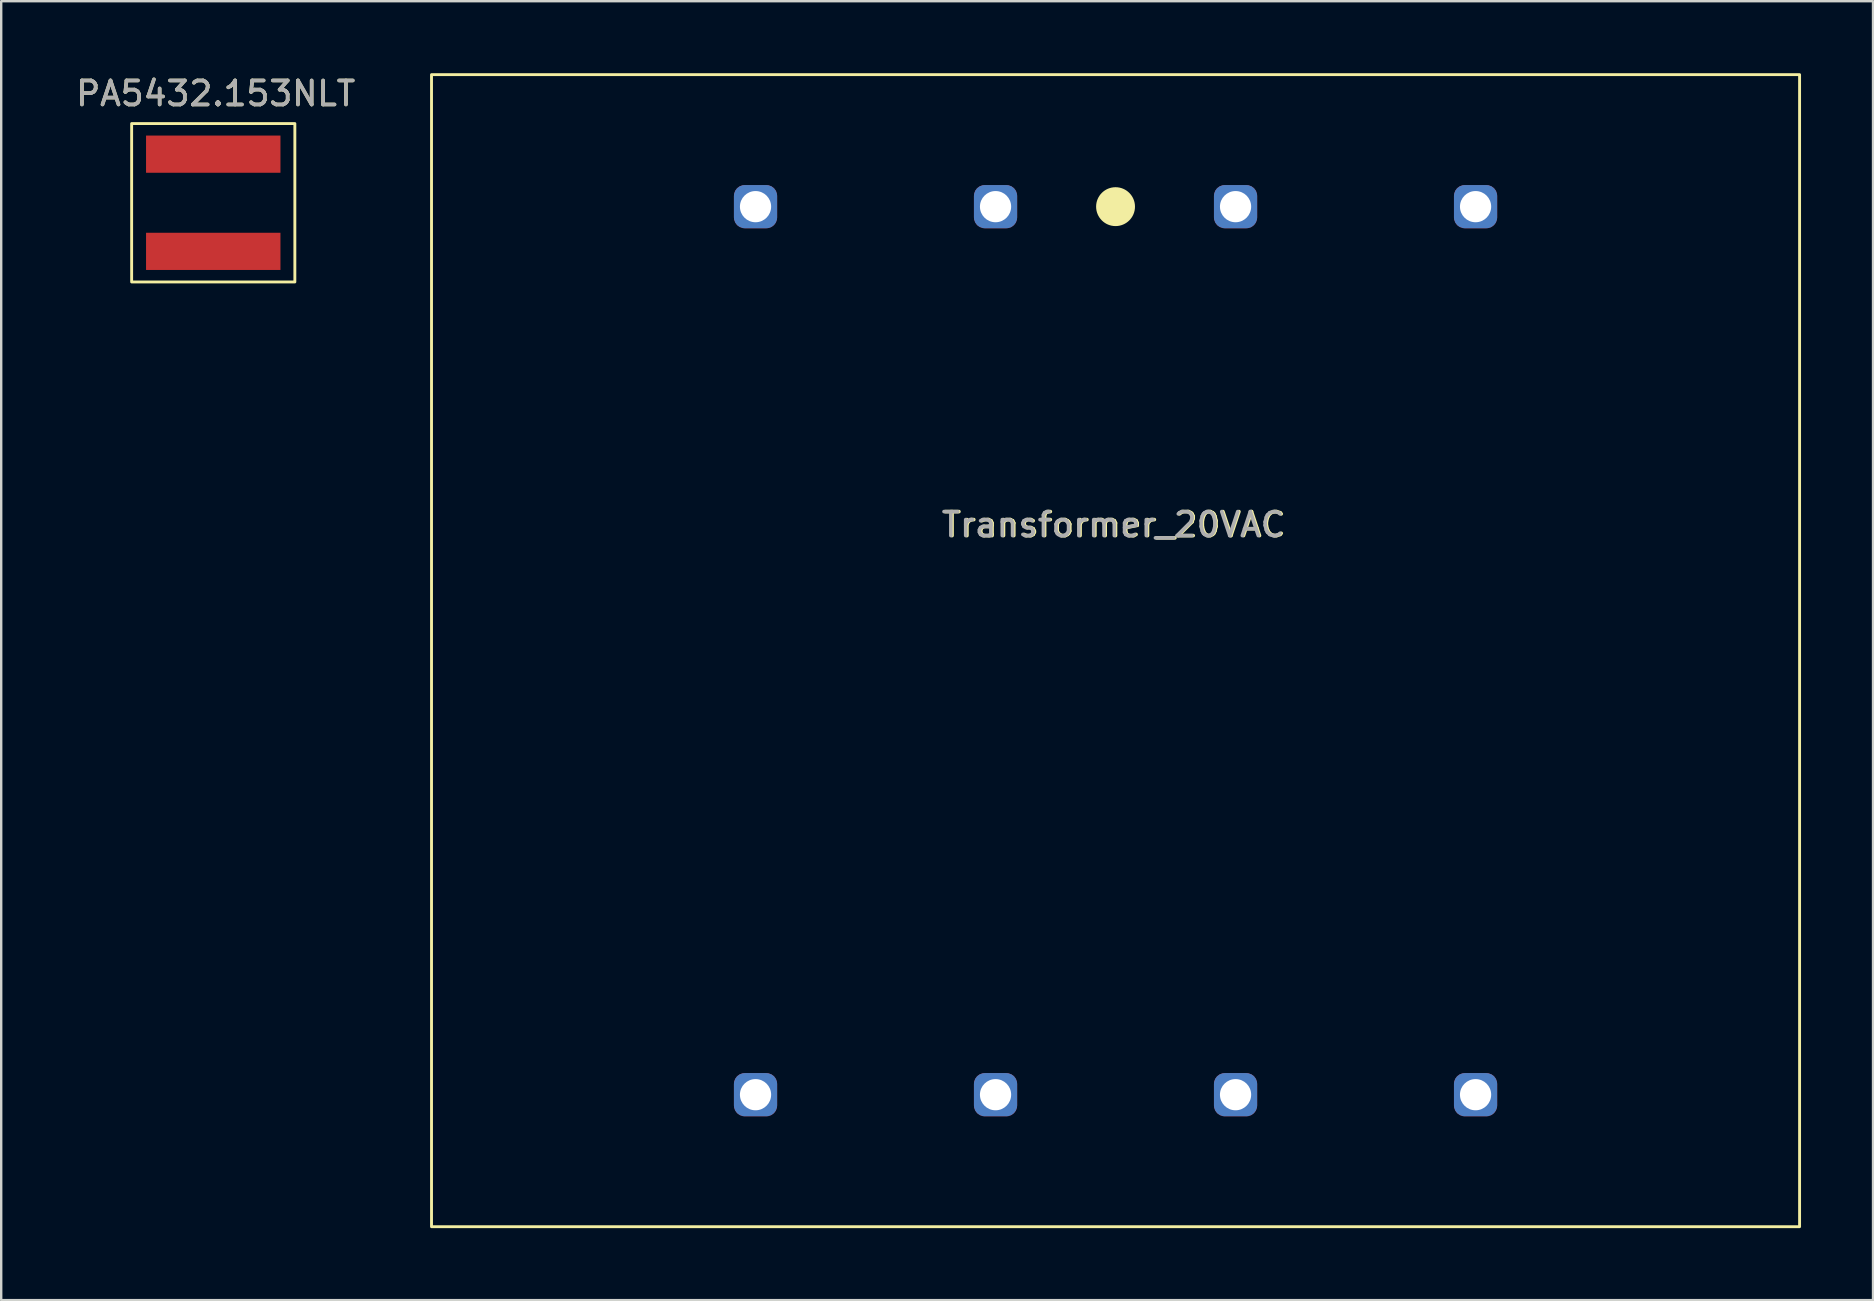
<source format=kicad_pcb>
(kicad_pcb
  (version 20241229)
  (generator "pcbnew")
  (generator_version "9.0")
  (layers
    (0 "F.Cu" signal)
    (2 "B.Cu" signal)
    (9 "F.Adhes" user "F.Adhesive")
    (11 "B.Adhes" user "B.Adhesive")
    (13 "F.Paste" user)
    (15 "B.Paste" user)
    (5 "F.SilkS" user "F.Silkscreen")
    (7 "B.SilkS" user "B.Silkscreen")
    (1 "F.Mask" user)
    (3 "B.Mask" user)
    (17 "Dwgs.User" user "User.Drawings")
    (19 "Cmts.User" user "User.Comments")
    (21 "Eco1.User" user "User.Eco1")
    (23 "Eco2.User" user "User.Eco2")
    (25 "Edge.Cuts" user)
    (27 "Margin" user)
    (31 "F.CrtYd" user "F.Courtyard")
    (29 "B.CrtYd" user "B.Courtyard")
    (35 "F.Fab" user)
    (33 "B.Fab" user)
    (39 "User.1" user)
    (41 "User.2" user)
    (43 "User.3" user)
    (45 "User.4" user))
  (footprint "PA5432.153NLT"
    (layer "F.Cu")
    (at 5.835 5.398)
    (property "Reference" "PA5432.153NLT" (at 0.1 -4.55 0) (unlocked yes) (layer "F.SilkS") (effects (font (size 1 1) (thickness 0.15))))
    (attr smd)
    (fp_rect (start -3.4 -3.3) (end 3.4 3.3) (stroke (width 0.12) (type solid)) (fill no) (layer "F.SilkS"))
    (fp_text user "${REFERENCE}" (at 0.1 -4.55 0) (unlocked yes) (layer "F.Fab") (effects (font (size 1 1) (thickness 0.15))))
    (pad "1" smd rect (at 0 -2.025) (size 5.6 1.55) (layers "F.Cu" "F.Mask" "F.Paste"))
    (pad "2" smd rect (at 0 2.025) (size 5.6 1.55) (layers "F.Cu" "F.Mask" "F.Paste")))
  (footprint "Transformer_20VAC"
    (layer "F.Cu")
    (at 43.429 24.06)
    (property "Reference" "Transformer_20VAC" (at -0.05 -5.25 0) (unlocked yes) (layer "F.SilkS") (effects (font (size 1 1) (thickness 0.15))))
    (attr smd)
    (fp_rect (start -28.5 -24) (end 28.5 24) (stroke (width 0.12) (type solid)) (fill no) (layer "F.SilkS"))
    (fp_circle (center 0 -18.5) (end 0.75 -18.5) (stroke (width 0.12) (type solid)) (fill yes) (layer "F.SilkS"))
    (fp_text user "${REFERENCE}" (at -0.1 -5.25 0) (unlocked yes) (layer "F.Fab") (effects (font (size 1 1) (thickness 0.15))))
    (pad "1" thru_hole roundrect (at -15 18.5) (size 1.8 1.8) (drill 1.3) (layers "*.Cu" "*.Mask") (roundrect_rratio 0.25))
    (pad "3" thru_hole roundrect (at -5 18.5) (size 1.8 1.8) (drill 1.3) (layers "*.Cu" "*.Mask") (roundrect_rratio 0.25))
    (pad "4" thru_hole roundrect (at 5 18.5) (size 1.8 1.8) (drill 1.3) (layers "*.Cu" "*.Mask") (roundrect_rratio 0.25))
    (pad "6" thru_hole roundrect (at 15 18.5) (size 1.8 1.8) (drill 1.3) (layers "*.Cu" "*.Mask") (roundrect_rratio 0.25))
    (pad "7" thru_hole roundrect (at -15 -18.5) (size 1.8 1.8) (drill 1.3) (layers "*.Cu" "*.Mask") (roundrect_rratio 0.25))
    (pad "9" thru_hole roundrect (at -5 -18.5) (size 1.8 1.8) (drill 1.3) (layers "*.Cu" "*.Mask") (roundrect_rratio 0.25))
    (pad "10" thru_hole roundrect (at 5 -18.5) (size 1.8 1.8) (drill 1.3) (layers "*.Cu" "*.Mask") (roundrect_rratio 0.25))
    (pad "12" thru_hole roundrect (at 15 -18.5) (size 1.8 1.8) (drill 1.3) (layers "*.Cu" "*.Mask") (roundrect_rratio 0.25)))
  (gr_rect
    (start -3 -3)
    (end 74.989 51.12)
    (stroke (width 0.1) (type default))
    (fill no)
    (layer "Edge.Cuts")))
</source>
